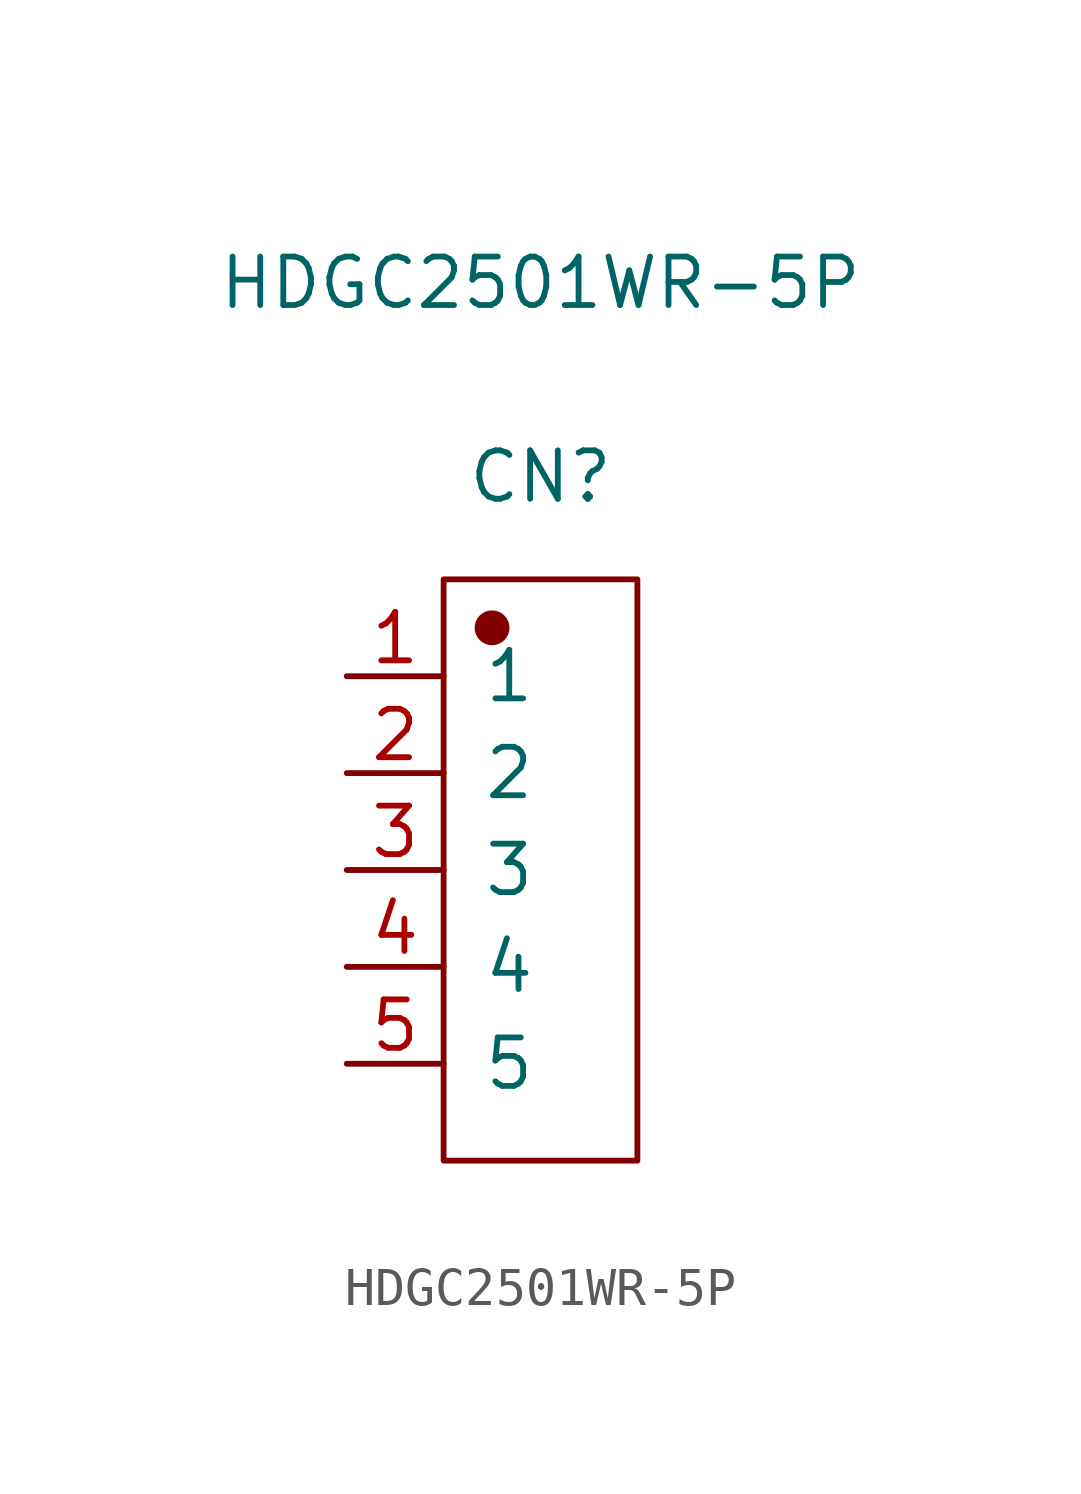
<source format=kicad_sym>
(kicad_symbol_lib
  (version 20241209)
  (generator "kicad_symbol_editor")
  (generator_version "9.0")
  (symbol "HDGC2501WR-5P"
    (pin_names
      (offset 1.016))
    (property "Reference" "CN"
      (at 0 10.312 0)
      (effects (font (size 1.27 1.27))))
    (property "Value" "HDGC2501WR-5P"
      (at 0 15.392 0)
      (effects (font (size 1.27 1.27))))
    (symbol "HDGC2501WR-5P_1_1"
      (rectangle (start -2.54 7.62) (end 2.54 -7.62) (stroke (width 0.152) (type solid)) (fill (type none)))
      (circle (center -1.27 6.35) (radius 0.381) (stroke (width 0.152) (type solid)) (fill (type outline)))
      (pin input line (at -5.08 5.08 0) (length 2.54) (name "1" (effects (font (size 1.27 1.27)))) (number "1" (effects (font (size 1.27 1.27)))))
      (pin input line (at -5.08 2.54 0) (length 2.54) (name "2" (effects (font (size 1.27 1.27)))) (number "2" (effects (font (size 1.27 1.27)))))
      (pin input line (at -5.08 0 0) (length 2.54) (name "3" (effects (font (size 1.27 1.27)))) (number "3" (effects (font (size 1.27 1.27)))))
      (pin input line (at -5.08 -2.54 0) (length 2.54) (name "4" (effects (font (size 1.27 1.27)))) (number "4" (effects (font (size 1.27 1.27)))))
      (pin input line (at -5.08 -5.08 0) (length 2.54) (name "5" (effects (font (size 1.27 1.27)))) (number "5" (effects (font (size 1.27 1.27))))))))
</source>
